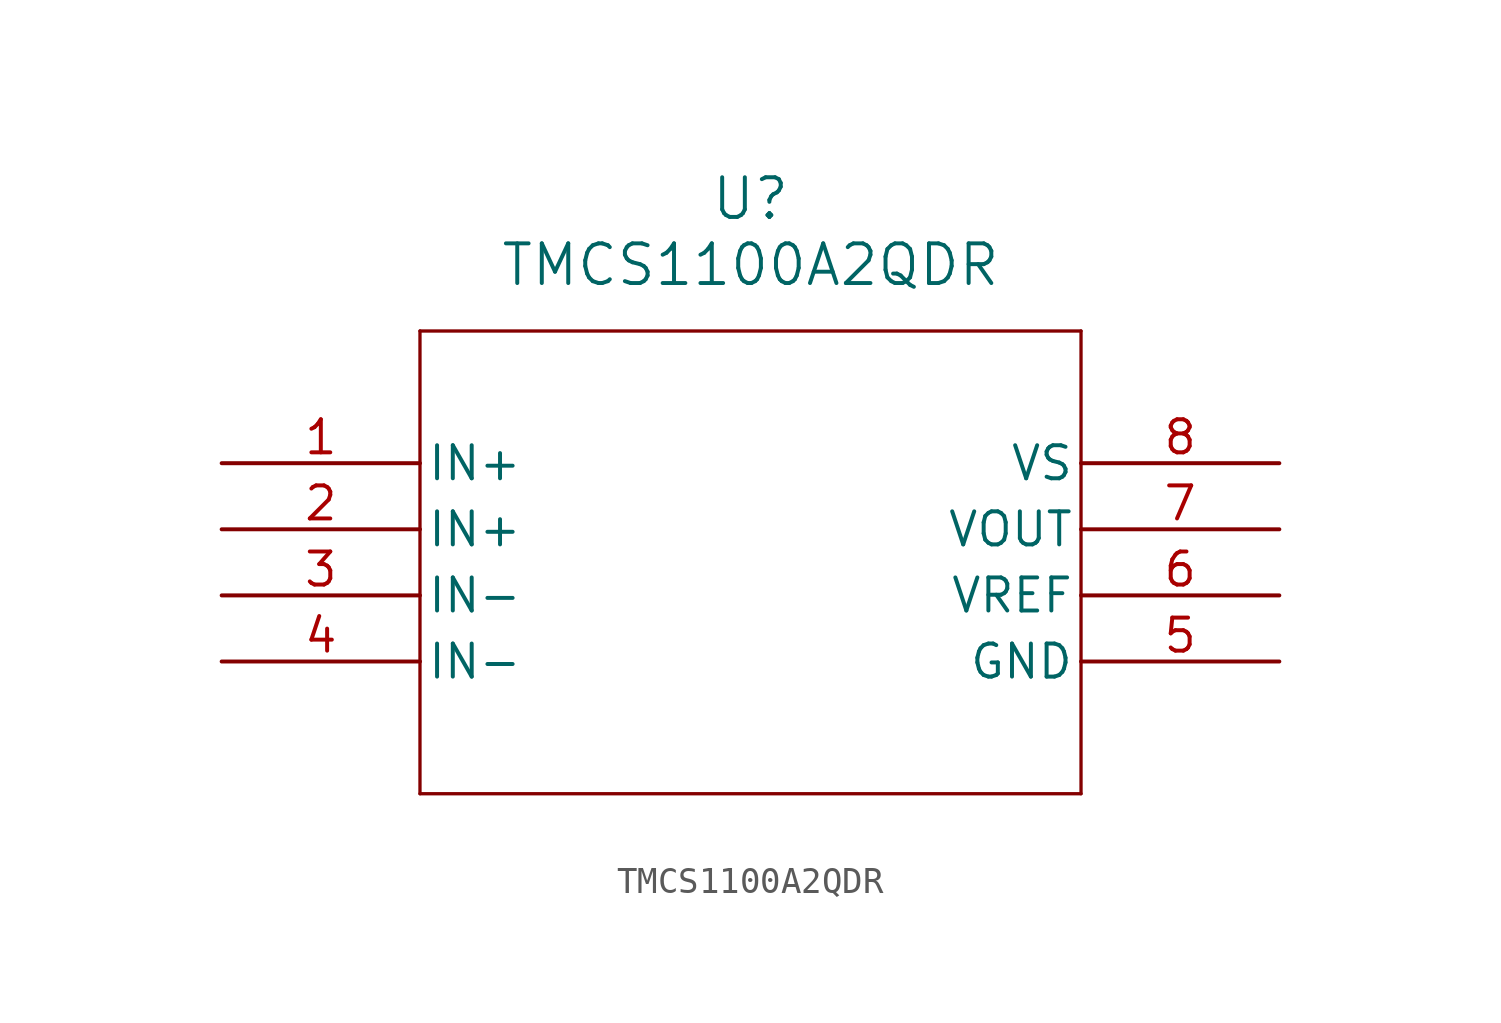
<source format=kicad_sym>
(kicad_symbol_lib
  (version 20211014)
  (generator kicad_symbol_editor)
  (symbol "TMCS1100A2QDR"
    (pin_names
      (offset 0.254))
    (property "Reference" "U"
      (at 20.32 10.16 0)
      (effects (font (size 1.524 1.524))))
    (property "Value" "TMCS1100A2QDR"
      (at 20.32 7.62 0)
      (effects (font (size 1.524 1.524))))
    (symbol "TMCS1100A2QDR_0_1"
      (polyline (pts (xy 7.62 5.08) (xy 7.62 -12.7)) (stroke (width 0.127) (type default) (color 0 0 0 0)) (fill (type none)))
      (polyline (pts (xy 7.62 -12.7) (xy 33.02 -12.7)) (stroke (width 0.127) (type default) (color 0 0 0 0)) (fill (type none)))
      (polyline (pts (xy 33.02 -12.7) (xy 33.02 5.08)) (stroke (width 0.127) (type default) (color 0 0 0 0)) (fill (type none)))
      (polyline (pts (xy 33.02 5.08) (xy 7.62 5.08)) (stroke (width 0.127) (type default) (color 0 0 0 0)) (fill (type none)))
      (pin input line (at 0 0 0) (length 7.62) (name "IN+" (effects (font (size 1.27 1.27)))) (number "1" (effects (font (size 1.27 1.27)))))
      (pin input line (at 0 -2.54 0) (length 7.62) (name "IN+" (effects (font (size 1.27 1.27)))) (number "2" (effects (font (size 1.27 1.27)))))
      (pin input line (at 0 -5.08 0) (length 7.62) (name "IN-" (effects (font (size 1.27 1.27)))) (number "3" (effects (font (size 1.27 1.27)))))
      (pin input line (at 0 -7.62 0) (length 7.62) (name "IN-" (effects (font (size 1.27 1.27)))) (number "4" (effects (font (size 1.27 1.27)))))
      (pin power_out line (at 40.64 -7.62 180) (length 7.62) (name "GND" (effects (font (size 1.27 1.27)))) (number "5" (effects (font (size 1.27 1.27)))))
      (pin power_in line (at 40.64 -5.08 180) (length 7.62) (name "VREF" (effects (font (size 1.27 1.27)))) (number "6" (effects (font (size 1.27 1.27)))))
      (pin output line (at 40.64 -2.54 180) (length 7.62) (name "VOUT" (effects (font (size 1.27 1.27)))) (number "7" (effects (font (size 1.27 1.27)))))
      (pin power_in line (at 40.64 0 180) (length 7.62) (name "VS" (effects (font (size 1.27 1.27)))) (number "8" (effects (font (size 1.27 1.27))))))))
</source>
